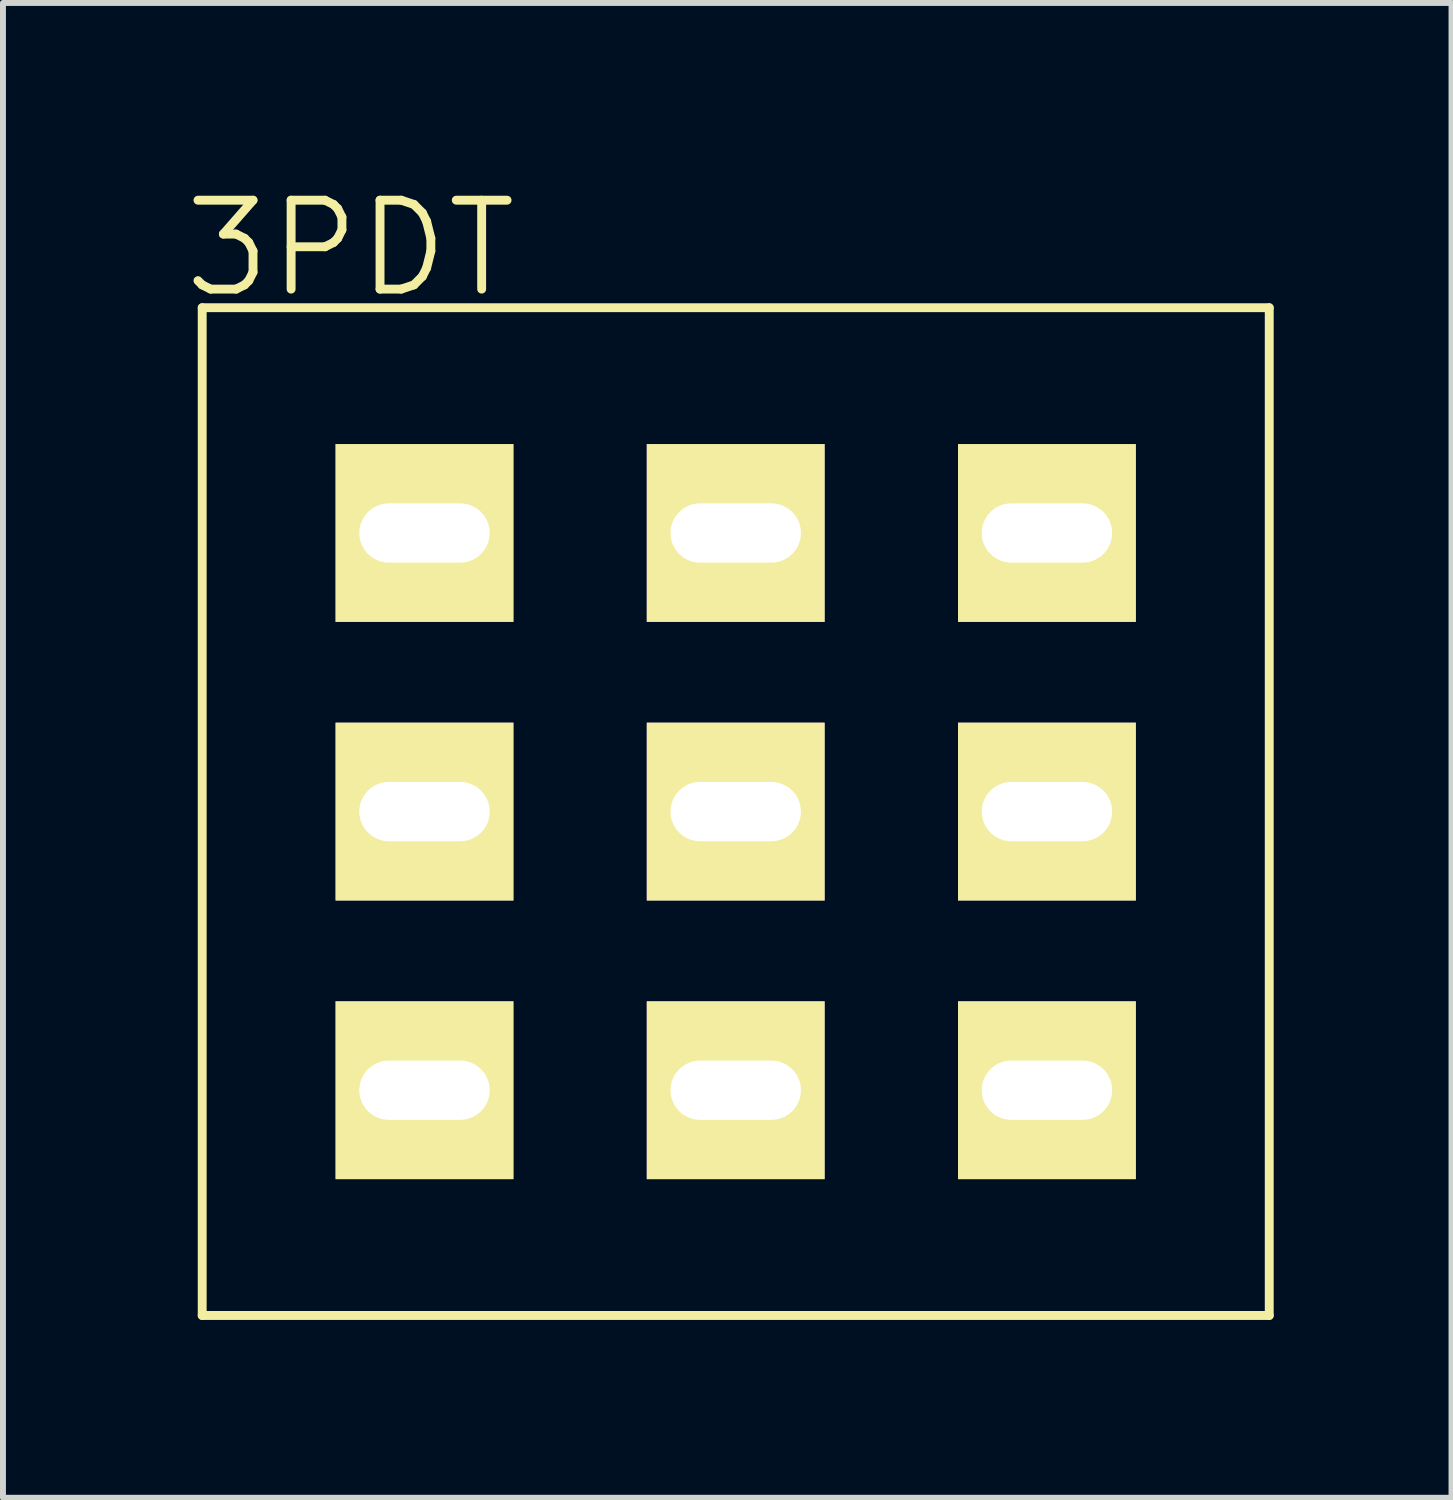
<source format=kicad_pcb>
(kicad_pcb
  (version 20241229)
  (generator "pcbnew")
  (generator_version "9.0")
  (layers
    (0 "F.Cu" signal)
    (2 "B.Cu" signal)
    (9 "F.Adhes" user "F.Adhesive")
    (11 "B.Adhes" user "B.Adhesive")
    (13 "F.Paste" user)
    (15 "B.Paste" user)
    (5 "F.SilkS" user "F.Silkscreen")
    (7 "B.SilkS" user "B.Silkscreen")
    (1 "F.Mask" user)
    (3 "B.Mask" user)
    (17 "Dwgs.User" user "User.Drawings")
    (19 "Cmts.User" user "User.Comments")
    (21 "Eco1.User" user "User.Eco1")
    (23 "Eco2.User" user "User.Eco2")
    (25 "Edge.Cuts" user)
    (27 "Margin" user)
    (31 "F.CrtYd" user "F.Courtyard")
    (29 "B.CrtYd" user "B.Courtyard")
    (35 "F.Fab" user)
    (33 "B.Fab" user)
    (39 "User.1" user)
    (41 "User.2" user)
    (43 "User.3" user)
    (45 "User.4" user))
  (footprint "3PDT"
    (layer "F.Cu")
    (at 9.361 10.641)
    (property "Reference" "3PDT" (at -6.5 -9.5 0) (layer "F.SilkS") (effects (font (size 1.5 1.5) (thickness 0.15))))
    (attr through_hole)
    (fp_line (start -9 -8.5) (end -9 8.5) (stroke (width 0.15) (type solid)) (layer "F.SilkS"))
    (fp_line (start -9 8.5) (end 9 8.5) (stroke (width 0.15) (type solid)) (layer "F.SilkS"))
    (fp_line (start 9 -8.5) (end -9 -8.5) (stroke (width 0.15) (type solid)) (layer "F.SilkS"))
    (fp_line (start 9 8.5) (end 9 -8.5) (stroke (width 0.15) (type solid)) (layer "F.SilkS"))
    (pad "1" thru_hole rect (at -5.25 -4.7) (size 3 3) (drill oval 2.2 1) (layers "*.Cu" "*.Mask" "F.SilkS"))
    (pad "2" thru_hole rect (at -5.25 0) (size 3 3) (drill oval 2.2 1) (layers "*.Cu" "*.Mask" "F.SilkS"))
    (pad "3" thru_hole rect (at -5.25 4.7) (size 3 3) (drill oval 2.2 1) (layers "*.Cu" "*.Mask" "F.SilkS"))
    (pad "4" thru_hole rect (at 0 -4.7) (size 3 3) (drill oval 2.2 1) (layers "*.Cu" "*.Mask" "F.SilkS"))
    (pad "5" thru_hole rect (at 0 0) (size 3 3) (drill oval 2.2 1) (layers "*.Cu" "*.Mask" "F.SilkS"))
    (pad "6" thru_hole rect (at 0 4.7) (size 3 3) (drill oval 2.2 1) (layers "*.Cu" "*.Mask" "F.SilkS"))
    (pad "7" thru_hole rect (at 5.25 -4.7) (size 3 3) (drill oval 2.2 1) (layers "*.Cu" "*.Mask" "F.SilkS"))
    (pad "8" thru_hole rect (at 5.25 0) (size 3 3) (drill oval 2.2 1) (layers "*.Cu" "*.Mask" "F.SilkS"))
    (pad "13" thru_hole rect (at 5.25 4.7) (size 3 3) (drill oval 2.2 1) (layers "*.Cu" "*.Mask" "F.SilkS")))
  (gr_rect
    (start -3 -3)
    (end 21.436 22.216)
    (stroke (width 0.1) (type default))
    (fill no)
    (layer "Edge.Cuts")))
</source>
